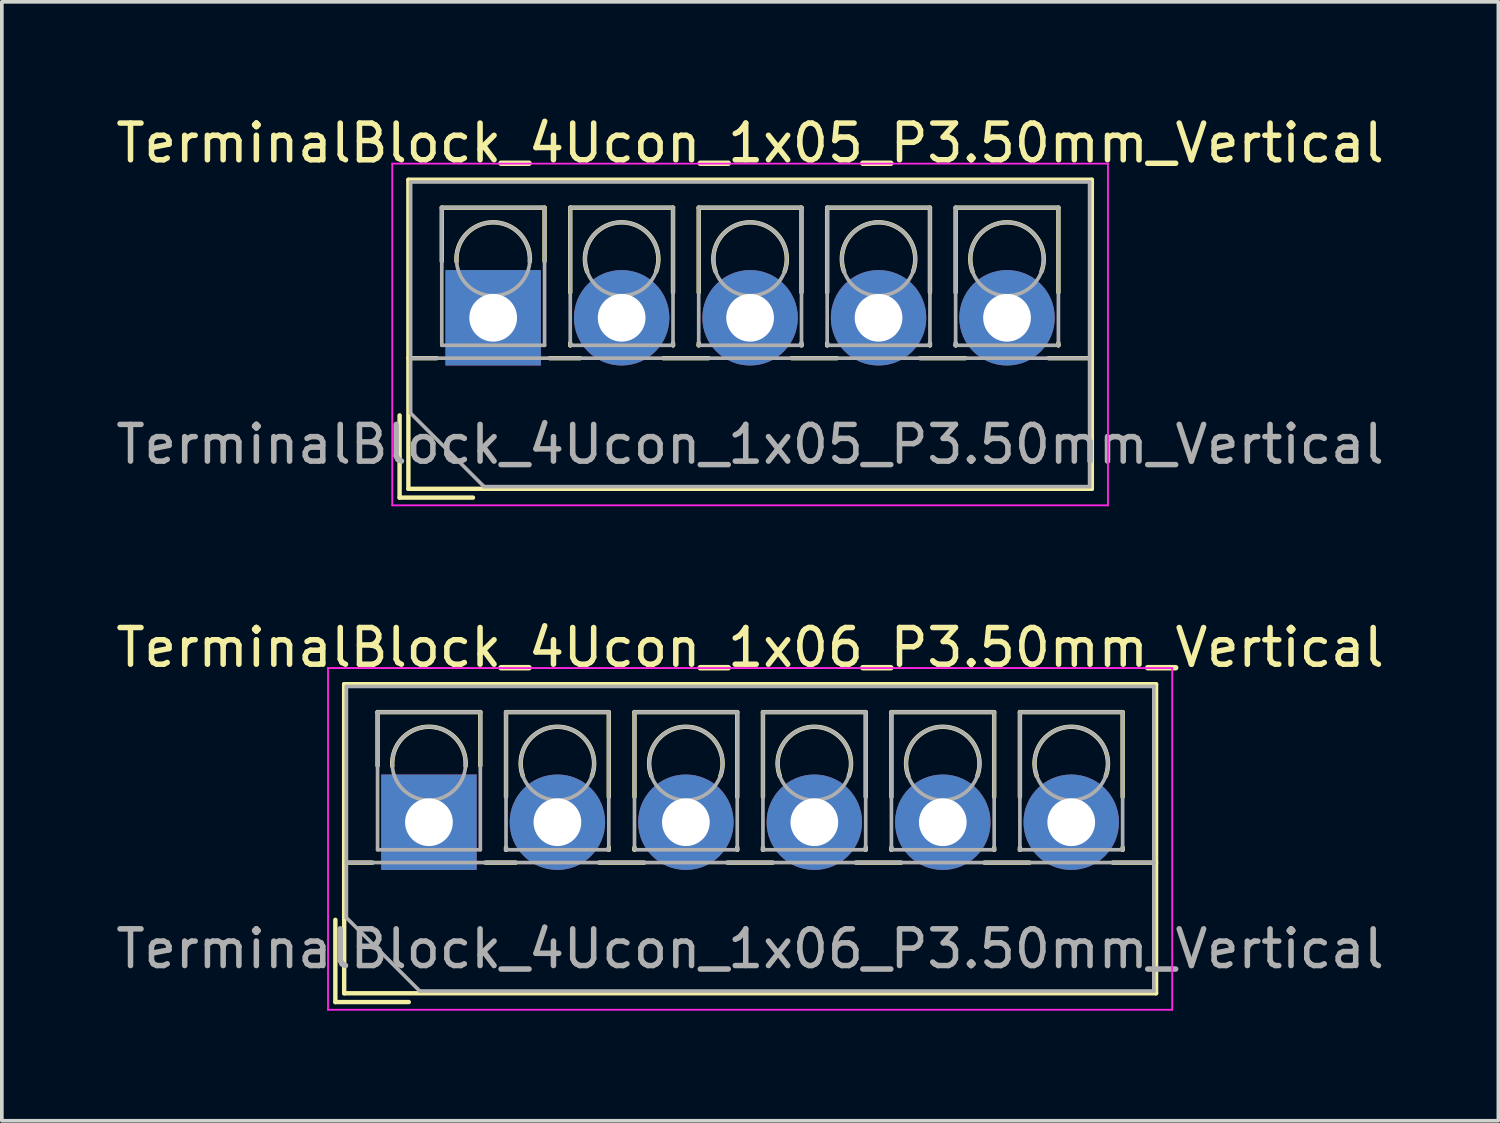
<source format=kicad_pcb>
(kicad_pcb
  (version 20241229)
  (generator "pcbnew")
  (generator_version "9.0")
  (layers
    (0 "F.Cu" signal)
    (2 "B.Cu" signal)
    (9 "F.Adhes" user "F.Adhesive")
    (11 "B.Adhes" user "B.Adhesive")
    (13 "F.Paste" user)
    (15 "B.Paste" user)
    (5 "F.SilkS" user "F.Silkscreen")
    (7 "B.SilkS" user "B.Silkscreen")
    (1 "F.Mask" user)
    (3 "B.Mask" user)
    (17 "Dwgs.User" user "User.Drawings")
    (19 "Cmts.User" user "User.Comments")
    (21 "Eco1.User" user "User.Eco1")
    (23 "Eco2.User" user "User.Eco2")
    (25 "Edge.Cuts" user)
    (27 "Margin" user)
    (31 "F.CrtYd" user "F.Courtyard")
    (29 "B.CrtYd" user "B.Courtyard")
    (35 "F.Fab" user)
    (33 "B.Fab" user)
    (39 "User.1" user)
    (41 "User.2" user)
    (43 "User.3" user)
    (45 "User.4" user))
  (footprint "TerminalBlock_4Ucon_1x06_P3.50mm_Vertical"
    (layer "F.Cu")
    (at 8.637 19.352)
    (property "Reference" "TerminalBlock_4Ucon_1x06_P3.50mm_Vertical" (at 8.75 -4.76 0) (layer "F.SilkS") (effects (font (size 1 1) (thickness 0.15))))
    (attr through_hole)
    (fp_line (start -2.55 2.66) (end -2.55 4.9) (stroke (width 0.12) (type solid)) (layer "F.SilkS"))
    (fp_line (start -2.55 4.9) (end -0.55 4.9) (stroke (width 0.12) (type solid)) (layer "F.SilkS"))
    (fp_line (start -2.31 -3.76) (end -2.31 4.66) (stroke (width 0.12) (type solid)) (layer "F.SilkS"))
    (fp_line (start -2.31 -3.76) (end 19.811 -3.76) (stroke (width 0.12) (type solid)) (layer "F.SilkS"))
    (fp_line (start -2.31 1.101) (end -1.54 1.101) (stroke (width 0.12) (type solid)) (layer "F.SilkS"))
    (fp_line (start -2.31 4.66) (end 19.811 4.66) (stroke (width 0.12) (type solid)) (layer "F.SilkS"))
    (fp_line (start -1.4 -3) (end -1.4 -1.54) (stroke (width 0.12) (type solid)) (layer "F.SilkS"))
    (fp_line (start -1.4 -3) (end 1.4 -3) (stroke (width 0.12) (type solid)) (layer "F.SilkS"))
    (fp_line (start 1.4 -3) (end 1.4 -1.54) (stroke (width 0.12) (type solid)) (layer "F.SilkS"))
    (fp_line (start 1.54 1.101) (end 2.367 1.101) (stroke (width 0.12) (type solid)) (layer "F.SilkS"))
    (fp_line (start 2.1 -3) (end 2.1 -0.689) (stroke (width 0.12) (type solid)) (layer "F.SilkS"))
    (fp_line (start 2.1 -3) (end 4.9 -3) (stroke (width 0.12) (type solid)) (layer "F.SilkS"))
    (fp_line (start 2.1 0.689) (end 2.1 0.75) (stroke (width 0.12) (type solid)) (layer "F.SilkS"))
    (fp_line (start 2.1 0.75) (end 2.101 0.75) (stroke (width 0.12) (type solid)) (layer "F.SilkS"))
    (fp_line (start 4.634 1.101) (end 5.867 1.101) (stroke (width 0.12) (type solid)) (layer "F.SilkS"))
    (fp_line (start 4.9 -3) (end 4.9 -0.689) (stroke (width 0.12) (type solid)) (layer "F.SilkS"))
    (fp_line (start 4.9 0.689) (end 4.9 0.75) (stroke (width 0.12) (type solid)) (layer "F.SilkS"))
    (fp_line (start 4.9 0.75) (end 4.9 0.75) (stroke (width 0.12) (type solid)) (layer "F.SilkS"))
    (fp_line (start 5.6 -3) (end 5.6 -0.689) (stroke (width 0.12) (type solid)) (layer "F.SilkS"))
    (fp_line (start 5.6 -3) (end 8.4 -3) (stroke (width 0.12) (type solid)) (layer "F.SilkS"))
    (fp_line (start 5.6 0.689) (end 5.6 0.75) (stroke (width 0.12) (type solid)) (layer "F.SilkS"))
    (fp_line (start 5.6 0.75) (end 5.601 0.75) (stroke (width 0.12) (type solid)) (layer "F.SilkS"))
    (fp_line (start 8.134 1.101) (end 9.367 1.101) (stroke (width 0.12) (type solid)) (layer "F.SilkS"))
    (fp_line (start 8.4 -3) (end 8.4 -0.689) (stroke (width 0.12) (type solid)) (layer "F.SilkS"))
    (fp_line (start 8.4 0.689) (end 8.4 0.75) (stroke (width 0.12) (type solid)) (layer "F.SilkS"))
    (fp_line (start 8.4 0.75) (end 8.4 0.75) (stroke (width 0.12) (type solid)) (layer "F.SilkS"))
    (fp_line (start 9.1 -3) (end 9.1 -0.689) (stroke (width 0.12) (type solid)) (layer "F.SilkS"))
    (fp_line (start 9.1 -3) (end 11.9 -3) (stroke (width 0.12) (type solid)) (layer "F.SilkS"))
    (fp_line (start 9.1 0.689) (end 9.1 0.75) (stroke (width 0.12) (type solid)) (layer "F.SilkS"))
    (fp_line (start 9.1 0.75) (end 9.101 0.75) (stroke (width 0.12) (type solid)) (layer "F.SilkS"))
    (fp_line (start 11.634 1.101) (end 12.867 1.101) (stroke (width 0.12) (type solid)) (layer "F.SilkS"))
    (fp_line (start 11.9 -3) (end 11.9 -0.689) (stroke (width 0.12) (type solid)) (layer "F.SilkS"))
    (fp_line (start 11.9 0.689) (end 11.9 0.75) (stroke (width 0.12) (type solid)) (layer "F.SilkS"))
    (fp_line (start 11.9 0.75) (end 11.9 0.75) (stroke (width 0.12) (type solid)) (layer "F.SilkS"))
    (fp_line (start 12.6 -3) (end 12.6 -0.689) (stroke (width 0.12) (type solid)) (layer "F.SilkS"))
    (fp_line (start 12.6 -3) (end 15.4 -3) (stroke (width 0.12) (type solid)) (layer "F.SilkS"))
    (fp_line (start 12.6 0.689) (end 12.6 0.75) (stroke (width 0.12) (type solid)) (layer "F.SilkS"))
    (fp_line (start 12.6 0.75) (end 12.601 0.75) (stroke (width 0.12) (type solid)) (layer "F.SilkS"))
    (fp_line (start 15.134 1.101) (end 16.367 1.101) (stroke (width 0.12) (type solid)) (layer "F.SilkS"))
    (fp_line (start 15.4 -3) (end 15.4 -0.689) (stroke (width 0.12) (type solid)) (layer "F.SilkS"))
    (fp_line (start 15.4 0.689) (end 15.4 0.75) (stroke (width 0.12) (type solid)) (layer "F.SilkS"))
    (fp_line (start 15.4 0.75) (end 15.4 0.75) (stroke (width 0.12) (type solid)) (layer "F.SilkS"))
    (fp_line (start 16.101 -3) (end 16.101 -0.689) (stroke (width 0.12) (type solid)) (layer "F.SilkS"))
    (fp_line (start 16.101 -3) (end 18.9 -3) (stroke (width 0.12) (type solid)) (layer "F.SilkS"))
    (fp_line (start 16.101 0.689) (end 16.101 0.75) (stroke (width 0.12) (type solid)) (layer "F.SilkS"))
    (fp_line (start 16.101 0.75) (end 16.101 0.75) (stroke (width 0.12) (type solid)) (layer "F.SilkS"))
    (fp_line (start 18.634 1.101) (end 19.811 1.101) (stroke (width 0.12) (type solid)) (layer "F.SilkS"))
    (fp_line (start 18.9 -3) (end 18.9 -0.689) (stroke (width 0.12) (type solid)) (layer "F.SilkS"))
    (fp_line (start 18.9 0.689) (end 18.9 0.75) (stroke (width 0.12) (type solid)) (layer "F.SilkS"))
    (fp_line (start 18.9 0.75) (end 18.9 0.75) (stroke (width 0.12) (type solid)) (layer "F.SilkS"))
    (fp_line (start 19.811 -3.76) (end 19.811 4.66) (stroke (width 0.12) (type solid)) (layer "F.SilkS"))
    (fp_arc (start -0.99789 -1.529434) (mid -0.000785 -2.600382) (end 0.998 -1.531) (stroke (width 0.12) (type solid)) (layer "F.SilkS"))
    (fp_arc (start 2.560085 -1.257767) (mid 3.499876 -2.600282) (end 4.44 -1.258) (stroke (width 0.12) (type solid)) (layer "F.SilkS"))
    (fp_arc (start 6.060085 -1.257767) (mid 6.999876 -2.600282) (end 7.94 -1.258) (stroke (width 0.12) (type solid)) (layer "F.SilkS"))
    (fp_arc (start 9.560085 -1.257767) (mid 10.499876 -2.600282) (end 11.44 -1.258) (stroke (width 0.12) (type solid)) (layer "F.SilkS"))
    (fp_arc (start 13.060085 -1.257767) (mid 13.999876 -2.600282) (end 14.94 -1.258) (stroke (width 0.12) (type solid)) (layer "F.SilkS"))
    (fp_arc (start 16.560085 -1.257767) (mid 17.499876 -2.600282) (end 18.44 -1.258) (stroke (width 0.12) (type solid)) (layer "F.SilkS"))
    (fp_line (start -2.75 -4.2) (end -2.75 5.11) (stroke (width 0.05) (type solid)) (layer "F.CrtYd"))
    (fp_line (start -2.75 5.11) (end 20.25 5.11) (stroke (width 0.05) (type solid)) (layer "F.CrtYd"))
    (fp_line (start 20.25 -4.2) (end -2.75 -4.2) (stroke (width 0.05) (type solid)) (layer "F.CrtYd"))
    (fp_line (start 20.25 5.11) (end 20.25 -4.2) (stroke (width 0.05) (type solid)) (layer "F.CrtYd"))
    (fp_line (start -2.25 -3.7) (end 19.75 -3.7) (stroke (width 0.1) (type solid)) (layer "F.Fab"))
    (fp_line (start -2.25 1.1) (end 19.75 1.1) (stroke (width 0.1) (type solid)) (layer "F.Fab"))
    (fp_line (start -2.25 2.6) (end -2.25 -3.7) (stroke (width 0.1) (type solid)) (layer "F.Fab"))
    (fp_line (start -1.4 -3) (end -1.4 0.75) (stroke (width 0.1) (type solid)) (layer "F.Fab"))
    (fp_line (start -1.4 0.75) (end 1.4 0.75) (stroke (width 0.1) (type solid)) (layer "F.Fab"))
    (fp_line (start -0.25 4.6) (end -2.25 2.6) (stroke (width 0.1) (type solid)) (layer "F.Fab"))
    (fp_line (start 1.4 -3) (end -1.4 -3) (stroke (width 0.1) (type solid)) (layer "F.Fab"))
    (fp_line (start 1.4 0.75) (end 1.4 -3) (stroke (width 0.1) (type solid)) (layer "F.Fab"))
    (fp_line (start 2.1 -3) (end 2.1 0.75) (stroke (width 0.1) (type solid)) (layer "F.Fab"))
    (fp_line (start 2.1 0.75) (end 4.9 0.75) (stroke (width 0.1) (type solid)) (layer "F.Fab"))
    (fp_line (start 4.9 -3) (end 2.1 -3) (stroke (width 0.1) (type solid)) (layer "F.Fab"))
    (fp_line (start 4.9 0.75) (end 4.9 -3) (stroke (width 0.1) (type solid)) (layer "F.Fab"))
    (fp_line (start 5.6 -3) (end 5.6 0.75) (stroke (width 0.1) (type solid)) (layer "F.Fab"))
    (fp_line (start 5.6 0.75) (end 8.4 0.75) (stroke (width 0.1) (type solid)) (layer "F.Fab"))
    (fp_line (start 8.4 -3) (end 5.6 -3) (stroke (width 0.1) (type solid)) (layer "F.Fab"))
    (fp_line (start 8.4 0.75) (end 8.4 -3) (stroke (width 0.1) (type solid)) (layer "F.Fab"))
    (fp_line (start 9.1 -3) (end 9.1 0.75) (stroke (width 0.1) (type solid)) (layer "F.Fab"))
    (fp_line (start 9.1 0.75) (end 11.9 0.75) (stroke (width 0.1) (type solid)) (layer "F.Fab"))
    (fp_line (start 11.9 -3) (end 9.1 -3) (stroke (width 0.1) (type solid)) (layer "F.Fab"))
    (fp_line (start 11.9 0.75) (end 11.9 -3) (stroke (width 0.1) (type solid)) (layer "F.Fab"))
    (fp_line (start 12.6 -3) (end 12.6 0.75) (stroke (width 0.1) (type solid)) (layer "F.Fab"))
    (fp_line (start 12.6 0.75) (end 15.4 0.75) (stroke (width 0.1) (type solid)) (layer "F.Fab"))
    (fp_line (start 15.4 -3) (end 12.6 -3) (stroke (width 0.1) (type solid)) (layer "F.Fab"))
    (fp_line (start 15.4 0.75) (end 15.4 -3) (stroke (width 0.1) (type solid)) (layer "F.Fab"))
    (fp_line (start 16.101 -3) (end 16.101 0.75) (stroke (width 0.1) (type solid)) (layer "F.Fab"))
    (fp_line (start 16.101 0.75) (end 18.9 0.75) (stroke (width 0.1) (type solid)) (layer "F.Fab"))
    (fp_line (start 18.9 -3) (end 16.101 -3) (stroke (width 0.1) (type solid)) (layer "F.Fab"))
    (fp_line (start 18.9 0.75) (end 18.9 -3) (stroke (width 0.1) (type solid)) (layer "F.Fab"))
    (fp_line (start 19.75 -3.7) (end 19.75 4.6) (stroke (width 0.1) (type solid)) (layer "F.Fab"))
    (fp_line (start 19.75 4.6) (end -0.25 4.6) (stroke (width 0.1) (type solid)) (layer "F.Fab"))
    (fp_circle (center 0 -1.6) (end 1 -1.6) (stroke (width 0.1) (type solid)) (fill no) (layer "F.Fab"))
    (fp_circle (center 3.5 -1.6) (end 4.5 -1.6) (stroke (width 0.1) (type solid)) (fill no) (layer "F.Fab"))
    (fp_circle (center 7 -1.6) (end 8 -1.6) (stroke (width 0.1) (type solid)) (fill no) (layer "F.Fab"))
    (fp_circle (center 10.5 -1.6) (end 11.5 -1.6) (stroke (width 0.1) (type solid)) (fill no) (layer "F.Fab"))
    (fp_circle (center 14 -1.6) (end 15 -1.6) (stroke (width 0.1) (type solid)) (fill no) (layer "F.Fab"))
    (fp_circle (center 17.5 -1.6) (end 18.5 -1.6) (stroke (width 0.1) (type solid)) (fill no) (layer "F.Fab"))
    (fp_text user "${REFERENCE}" (at 8.75 3.45 0) (layer "F.Fab") (effects (font (size 1 1) (thickness 0.15))))
    (pad "1" thru_hole rect (at 0 0) (size 2.6 2.6) (drill 1.3) (layers "*.Cu" "*.Mask"))
    (pad "2" thru_hole circle (at 3.5 0) (size 2.6 2.6) (drill 1.3) (layers "*.Cu" "*.Mask"))
    (pad "3" thru_hole circle (at 7 0) (size 2.6 2.6) (drill 1.3) (layers "*.Cu" "*.Mask"))
    (pad "4" thru_hole circle (at 10.5 0) (size 2.6 2.6) (drill 1.3) (layers "*.Cu" "*.Mask"))
    (pad "5" thru_hole circle (at 14 0) (size 2.6 2.6) (drill 1.3) (layers "*.Cu" "*.Mask"))
    (pad "6" thru_hole circle (at 17.5 0) (size 2.6 2.6) (drill 1.3) (layers "*.Cu" "*.Mask")))
  (footprint "TerminalBlock_4Ucon_1x05_P3.50mm_Vertical"
    (layer "F.Cu")
    (at 10.387 5.608)
    (property "Reference" "TerminalBlock_4Ucon_1x05_P3.50mm_Vertical" (at 7 -4.76 0) (layer "F.SilkS") (effects (font (size 1 1) (thickness 0.15))))
    (attr through_hole)
    (fp_line (start -2.55 2.66) (end -2.55 4.9) (stroke (width 0.12) (type solid)) (layer "F.SilkS"))
    (fp_line (start -2.55 4.9) (end -0.55 4.9) (stroke (width 0.12) (type solid)) (layer "F.SilkS"))
    (fp_line (start -2.31 -3.76) (end -2.31 4.66) (stroke (width 0.12) (type solid)) (layer "F.SilkS"))
    (fp_line (start -2.31 -3.76) (end 16.311 -3.76) (stroke (width 0.12) (type solid)) (layer "F.SilkS"))
    (fp_line (start -2.31 1.101) (end -1.54 1.101) (stroke (width 0.12) (type solid)) (layer "F.SilkS"))
    (fp_line (start -2.31 4.66) (end 16.311 4.66) (stroke (width 0.12) (type solid)) (layer "F.SilkS"))
    (fp_line (start -1.4 -3) (end -1.4 -1.54) (stroke (width 0.12) (type solid)) (layer "F.SilkS"))
    (fp_line (start -1.4 -3) (end 1.4 -3) (stroke (width 0.12) (type solid)) (layer "F.SilkS"))
    (fp_line (start 1.4 -3) (end 1.4 -1.54) (stroke (width 0.12) (type solid)) (layer "F.SilkS"))
    (fp_line (start 1.54 1.101) (end 2.367 1.101) (stroke (width 0.12) (type solid)) (layer "F.SilkS"))
    (fp_line (start 2.1 -3) (end 2.1 -0.689) (stroke (width 0.12) (type solid)) (layer "F.SilkS"))
    (fp_line (start 2.1 -3) (end 4.9 -3) (stroke (width 0.12) (type solid)) (layer "F.SilkS"))
    (fp_line (start 2.1 0.689) (end 2.1 0.75) (stroke (width 0.12) (type solid)) (layer "F.SilkS"))
    (fp_line (start 2.1 0.75) (end 2.101 0.75) (stroke (width 0.12) (type solid)) (layer "F.SilkS"))
    (fp_line (start 4.634 1.101) (end 5.867 1.101) (stroke (width 0.12) (type solid)) (layer "F.SilkS"))
    (fp_line (start 4.9 -3) (end 4.9 -0.689) (stroke (width 0.12) (type solid)) (layer "F.SilkS"))
    (fp_line (start 4.9 0.689) (end 4.9 0.75) (stroke (width 0.12) (type solid)) (layer "F.SilkS"))
    (fp_line (start 4.9 0.75) (end 4.9 0.75) (stroke (width 0.12) (type solid)) (layer "F.SilkS"))
    (fp_line (start 5.6 -3) (end 5.6 -0.689) (stroke (width 0.12) (type solid)) (layer "F.SilkS"))
    (fp_line (start 5.6 -3) (end 8.4 -3) (stroke (width 0.12) (type solid)) (layer "F.SilkS"))
    (fp_line (start 5.6 0.689) (end 5.6 0.75) (stroke (width 0.12) (type solid)) (layer "F.SilkS"))
    (fp_line (start 5.6 0.75) (end 5.601 0.75) (stroke (width 0.12) (type solid)) (layer "F.SilkS"))
    (fp_line (start 8.134 1.101) (end 9.367 1.101) (stroke (width 0.12) (type solid)) (layer "F.SilkS"))
    (fp_line (start 8.4 -3) (end 8.4 -0.689) (stroke (width 0.12) (type solid)) (layer "F.SilkS"))
    (fp_line (start 8.4 0.689) (end 8.4 0.75) (stroke (width 0.12) (type solid)) (layer "F.SilkS"))
    (fp_line (start 8.4 0.75) (end 8.4 0.75) (stroke (width 0.12) (type solid)) (layer "F.SilkS"))
    (fp_line (start 9.1 -3) (end 9.1 -0.689) (stroke (width 0.12) (type solid)) (layer "F.SilkS"))
    (fp_line (start 9.1 -3) (end 11.9 -3) (stroke (width 0.12) (type solid)) (layer "F.SilkS"))
    (fp_line (start 9.1 0.689) (end 9.1 0.75) (stroke (width 0.12) (type solid)) (layer "F.SilkS"))
    (fp_line (start 9.1 0.75) (end 9.101 0.75) (stroke (width 0.12) (type solid)) (layer "F.SilkS"))
    (fp_line (start 11.634 1.101) (end 12.867 1.101) (stroke (width 0.12) (type solid)) (layer "F.SilkS"))
    (fp_line (start 11.9 -3) (end 11.9 -0.689) (stroke (width 0.12) (type solid)) (layer "F.SilkS"))
    (fp_line (start 11.9 0.689) (end 11.9 0.75) (stroke (width 0.12) (type solid)) (layer "F.SilkS"))
    (fp_line (start 11.9 0.75) (end 11.9 0.75) (stroke (width 0.12) (type solid)) (layer "F.SilkS"))
    (fp_line (start 12.6 -3) (end 12.6 -0.689) (stroke (width 0.12) (type solid)) (layer "F.SilkS"))
    (fp_line (start 12.6 -3) (end 15.4 -3) (stroke (width 0.12) (type solid)) (layer "F.SilkS"))
    (fp_line (start 12.6 0.689) (end 12.6 0.75) (stroke (width 0.12) (type solid)) (layer "F.SilkS"))
    (fp_line (start 12.6 0.75) (end 12.601 0.75) (stroke (width 0.12) (type solid)) (layer "F.SilkS"))
    (fp_line (start 15.134 1.101) (end 16.311 1.101) (stroke (width 0.12) (type solid)) (layer "F.SilkS"))
    (fp_line (start 15.4 -3) (end 15.4 -0.689) (stroke (width 0.12) (type solid)) (layer "F.SilkS"))
    (fp_line (start 15.4 0.689) (end 15.4 0.75) (stroke (width 0.12) (type solid)) (layer "F.SilkS"))
    (fp_line (start 15.4 0.75) (end 15.4 0.75) (stroke (width 0.12) (type solid)) (layer "F.SilkS"))
    (fp_line (start 16.311 -3.76) (end 16.311 4.66) (stroke (width 0.12) (type solid)) (layer "F.SilkS"))
    (fp_arc (start -0.99789 -1.529434) (mid -0.000785 -2.600382) (end 0.998 -1.531) (stroke (width 0.12) (type solid)) (layer "F.SilkS"))
    (fp_arc (start 2.560085 -1.257767) (mid 3.499876 -2.600282) (end 4.44 -1.258) (stroke (width 0.12) (type solid)) (layer "F.SilkS"))
    (fp_arc (start 6.060085 -1.257767) (mid 6.999876 -2.600282) (end 7.94 -1.258) (stroke (width 0.12) (type solid)) (layer "F.SilkS"))
    (fp_arc (start 9.560085 -1.257767) (mid 10.499876 -2.600282) (end 11.44 -1.258) (stroke (width 0.12) (type solid)) (layer "F.SilkS"))
    (fp_arc (start 13.060085 -1.257767) (mid 13.999876 -2.600282) (end 14.94 -1.258) (stroke (width 0.12) (type solid)) (layer "F.SilkS"))
    (fp_line (start -2.75 -4.2) (end -2.75 5.11) (stroke (width 0.05) (type solid)) (layer "F.CrtYd"))
    (fp_line (start -2.75 5.11) (end 16.75 5.11) (stroke (width 0.05) (type solid)) (layer "F.CrtYd"))
    (fp_line (start 16.75 -4.2) (end -2.75 -4.2) (stroke (width 0.05) (type solid)) (layer "F.CrtYd"))
    (fp_line (start 16.75 5.11) (end 16.75 -4.2) (stroke (width 0.05) (type solid)) (layer "F.CrtYd"))
    (fp_line (start -2.25 -3.7) (end 16.25 -3.7) (stroke (width 0.1) (type solid)) (layer "F.Fab"))
    (fp_line (start -2.25 1.1) (end 16.25 1.1) (stroke (width 0.1) (type solid)) (layer "F.Fab"))
    (fp_line (start -2.25 2.6) (end -2.25 -3.7) (stroke (width 0.1) (type solid)) (layer "F.Fab"))
    (fp_line (start -1.4 -3) (end -1.4 0.75) (stroke (width 0.1) (type solid)) (layer "F.Fab"))
    (fp_line (start -1.4 0.75) (end 1.4 0.75) (stroke (width 0.1) (type solid)) (layer "F.Fab"))
    (fp_line (start -0.25 4.6) (end -2.25 2.6) (stroke (width 0.1) (type solid)) (layer "F.Fab"))
    (fp_line (start 1.4 -3) (end -1.4 -3) (stroke (width 0.1) (type solid)) (layer "F.Fab"))
    (fp_line (start 1.4 0.75) (end 1.4 -3) (stroke (width 0.1) (type solid)) (layer "F.Fab"))
    (fp_line (start 2.1 -3) (end 2.1 0.75) (stroke (width 0.1) (type solid)) (layer "F.Fab"))
    (fp_line (start 2.1 0.75) (end 4.9 0.75) (stroke (width 0.1) (type solid)) (layer "F.Fab"))
    (fp_line (start 4.9 -3) (end 2.1 -3) (stroke (width 0.1) (type solid)) (layer "F.Fab"))
    (fp_line (start 4.9 0.75) (end 4.9 -3) (stroke (width 0.1) (type solid)) (layer "F.Fab"))
    (fp_line (start 5.6 -3) (end 5.6 0.75) (stroke (width 0.1) (type solid)) (layer "F.Fab"))
    (fp_line (start 5.6 0.75) (end 8.4 0.75) (stroke (width 0.1) (type solid)) (layer "F.Fab"))
    (fp_line (start 8.4 -3) (end 5.6 -3) (stroke (width 0.1) (type solid)) (layer "F.Fab"))
    (fp_line (start 8.4 0.75) (end 8.4 -3) (stroke (width 0.1) (type solid)) (layer "F.Fab"))
    (fp_line (start 9.1 -3) (end 9.1 0.75) (stroke (width 0.1) (type solid)) (layer "F.Fab"))
    (fp_line (start 9.1 0.75) (end 11.9 0.75) (stroke (width 0.1) (type solid)) (layer "F.Fab"))
    (fp_line (start 11.9 -3) (end 9.1 -3) (stroke (width 0.1) (type solid)) (layer "F.Fab"))
    (fp_line (start 11.9 0.75) (end 11.9 -3) (stroke (width 0.1) (type solid)) (layer "F.Fab"))
    (fp_line (start 12.6 -3) (end 12.6 0.75) (stroke (width 0.1) (type solid)) (layer "F.Fab"))
    (fp_line (start 12.6 0.75) (end 15.4 0.75) (stroke (width 0.1) (type solid)) (layer "F.Fab"))
    (fp_line (start 15.4 -3) (end 12.6 -3) (stroke (width 0.1) (type solid)) (layer "F.Fab"))
    (fp_line (start 15.4 0.75) (end 15.4 -3) (stroke (width 0.1) (type solid)) (layer "F.Fab"))
    (fp_line (start 16.25 -3.7) (end 16.25 4.6) (stroke (width 0.1) (type solid)) (layer "F.Fab"))
    (fp_line (start 16.25 4.6) (end -0.25 4.6) (stroke (width 0.1) (type solid)) (layer "F.Fab"))
    (fp_circle (center 0 -1.6) (end 1 -1.6) (stroke (width 0.1) (type solid)) (fill no) (layer "F.Fab"))
    (fp_circle (center 3.5 -1.6) (end 4.5 -1.6) (stroke (width 0.1) (type solid)) (fill no) (layer "F.Fab"))
    (fp_circle (center 7 -1.6) (end 8 -1.6) (stroke (width 0.1) (type solid)) (fill no) (layer "F.Fab"))
    (fp_circle (center 10.5 -1.6) (end 11.5 -1.6) (stroke (width 0.1) (type solid)) (fill no) (layer "F.Fab"))
    (fp_circle (center 14 -1.6) (end 15 -1.6) (stroke (width 0.1) (type solid)) (fill no) (layer "F.Fab"))
    (fp_text user "${REFERENCE}" (at 7 3.45 0) (layer "F.Fab") (effects (font (size 1 1) (thickness 0.15))))
    (pad "1" thru_hole rect (at 0 0) (size 2.6 2.6) (drill 1.3) (layers "*.Cu" "*.Mask"))
    (pad "2" thru_hole circle (at 3.5 0) (size 2.6 2.6) (drill 1.3) (layers "*.Cu" "*.Mask"))
    (pad "3" thru_hole circle (at 7 0) (size 2.6 2.6) (drill 1.3) (layers "*.Cu" "*.Mask"))
    (pad "4" thru_hole circle (at 10.5 0) (size 2.6 2.6) (drill 1.3) (layers "*.Cu" "*.Mask"))
    (pad "5" thru_hole circle (at 14 0) (size 2.6 2.6) (drill 1.3) (layers "*.Cu" "*.Mask")))
  (gr_rect
    (start -3 -3)
    (end 37.774 27.486)
    (stroke (width 0.1) (type default))
    (fill no)
    (layer "Edge.Cuts")))
</source>
